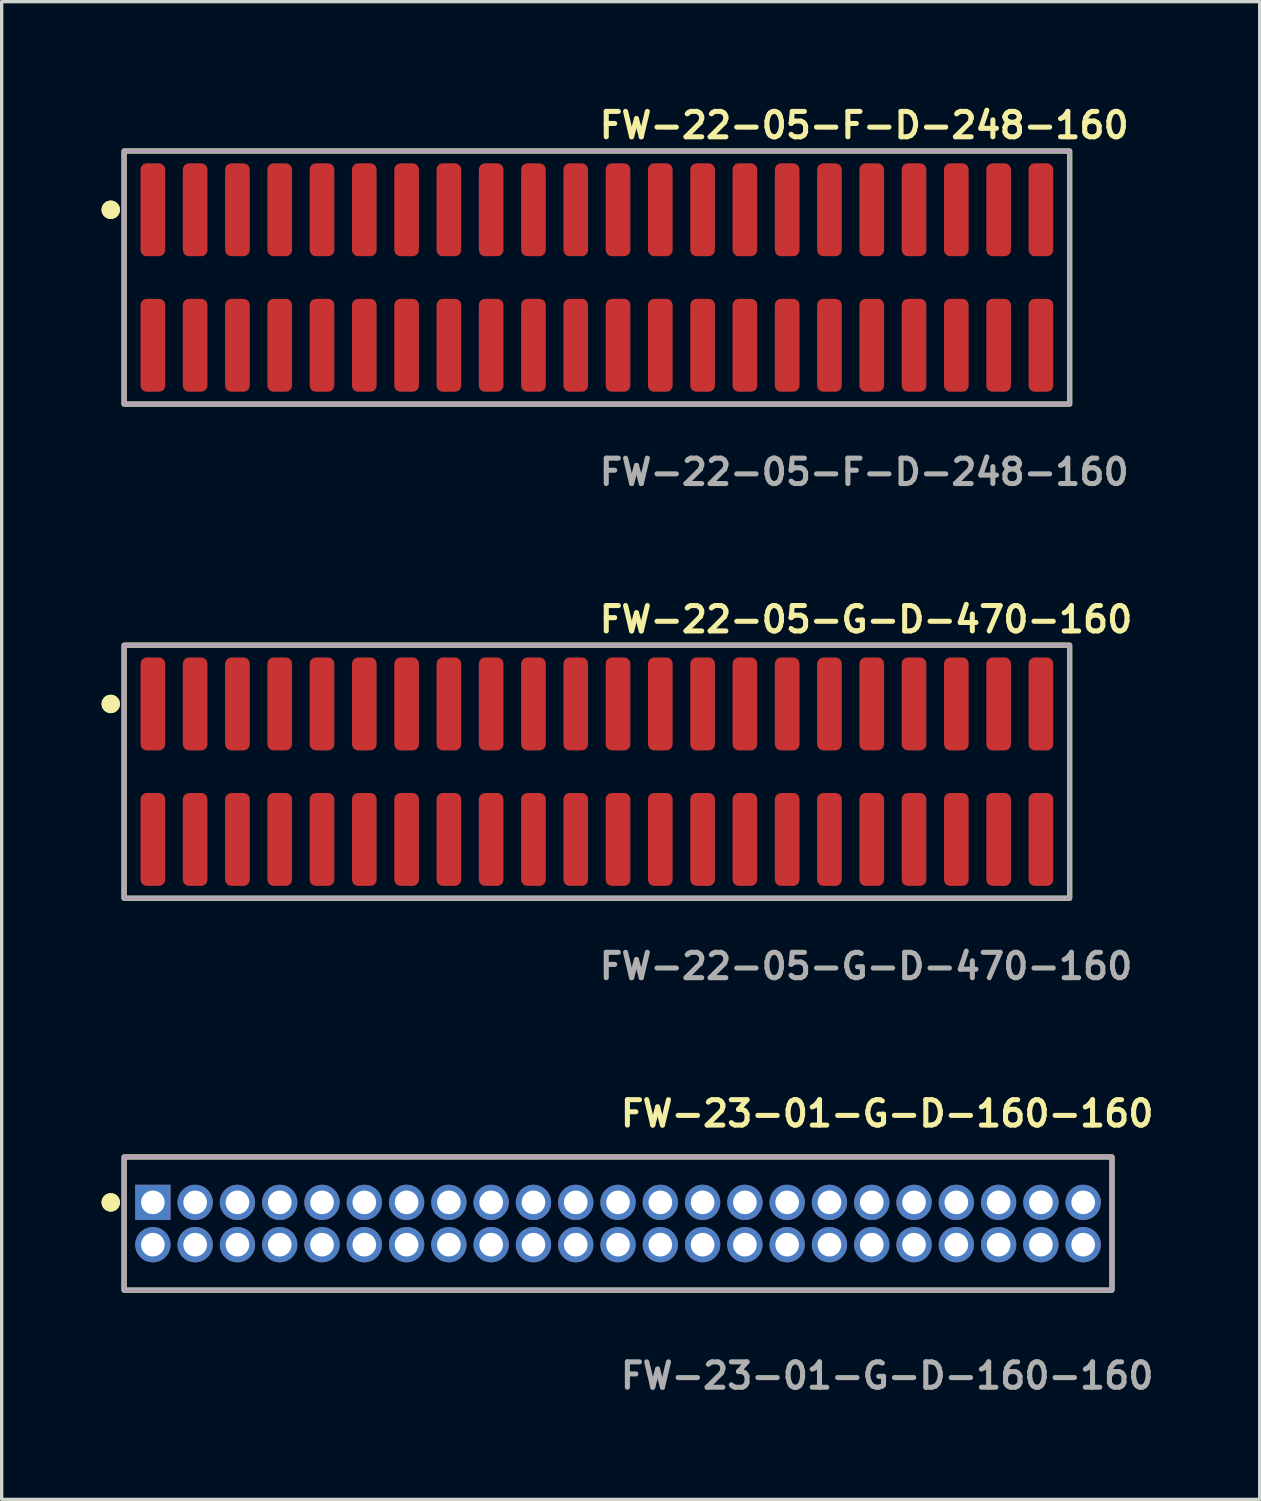
<source format=kicad_pcb>
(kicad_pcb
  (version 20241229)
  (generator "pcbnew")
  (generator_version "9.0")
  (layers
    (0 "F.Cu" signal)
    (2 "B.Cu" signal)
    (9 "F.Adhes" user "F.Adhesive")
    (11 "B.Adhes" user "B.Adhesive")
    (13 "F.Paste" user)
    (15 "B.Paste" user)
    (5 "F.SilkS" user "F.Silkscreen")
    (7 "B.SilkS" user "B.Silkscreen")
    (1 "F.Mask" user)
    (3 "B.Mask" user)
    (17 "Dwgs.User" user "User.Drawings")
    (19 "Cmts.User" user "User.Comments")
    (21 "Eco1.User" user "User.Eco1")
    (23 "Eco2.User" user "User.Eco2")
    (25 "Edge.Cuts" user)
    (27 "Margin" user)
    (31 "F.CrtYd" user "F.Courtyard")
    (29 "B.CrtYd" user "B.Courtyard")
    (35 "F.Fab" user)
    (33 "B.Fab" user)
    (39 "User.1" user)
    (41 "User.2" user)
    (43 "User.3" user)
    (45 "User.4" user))
  (footprint "FW-22-05-F-D-248-160"
    (layer "F.Cu")
    (at 14.876 5.285)
    (property "Reference" "FW-22-05-F-D-248-160" (at 0 -4.572 0) (unlocked yes) (layer "F.SilkS") (effects (font (size 0.762 0.762) (thickness 0.152)) (justify left)))
    (fp_rect (start -14.2 3.8) (end 14.2 -3.8) (stroke (width 0.152) (type solid)) (fill no) (layer "F.SilkS"))
    (fp_circle (center -14.6 -2.035) (end -14.8 -2.035) (stroke (width 0.152) (type solid)) (fill yes) (layer "F.SilkS"))
    (fp_circle (center -14.6 -2.035) (end -14.8 -2.035) (stroke (width 0.152) (type solid)) (fill yes) (layer "F.SilkS"))
    (fp_rect (start -14.2 3.8) (end 14.2 -3.8) (stroke (width 0.006) (type solid)) (fill no) (layer "F.CrtYd"))
    (fp_rect (start -14.2 3.8) (end 14.2 -3.8) (stroke (width 0.152) (type solid)) (fill no) (layer "F.Fab"))
    (fp_text user "${REFERENCE}" (at 0 5.842 0) (unlocked yes) (layer "F.Fab") (effects (font (size 0.762 0.762) (thickness 0.152)) (justify left)))
    (pad "1" smd roundrect (at -13.335 -2.035) (size 0.74 2.79) (layers "F.Cu" "F.Paste") (roundrect_rratio 0.25))
    (pad "2" smd roundrect (at -13.335 2.035) (size 0.74 2.79) (layers "F.Cu" "F.Paste") (roundrect_rratio 0.25))
    (pad "3" smd roundrect (at -12.065 -2.035) (size 0.74 2.79) (layers "F.Cu" "F.Paste") (roundrect_rratio 0.25))
    (pad "4" smd roundrect (at -12.065 2.035) (size 0.74 2.79) (layers "F.Cu" "F.Paste") (roundrect_rratio 0.25))
    (pad "5" smd roundrect (at -10.795 -2.035) (size 0.74 2.79) (layers "F.Cu" "F.Paste") (roundrect_rratio 0.25))
    (pad "6" smd roundrect (at -10.795 2.035) (size 0.74 2.79) (layers "F.Cu" "F.Paste") (roundrect_rratio 0.25))
    (pad "7" smd roundrect (at -9.525 -2.035) (size 0.74 2.79) (layers "F.Cu" "F.Paste") (roundrect_rratio 0.25))
    (pad "8" smd roundrect (at -9.525 2.035) (size 0.74 2.79) (layers "F.Cu" "F.Paste") (roundrect_rratio 0.25))
    (pad "9" smd roundrect (at -8.255 -2.035) (size 0.74 2.79) (layers "F.Cu" "F.Paste") (roundrect_rratio 0.25))
    (pad "10" smd roundrect (at -8.255 2.035) (size 0.74 2.79) (layers "F.Cu" "F.Paste") (roundrect_rratio 0.25))
    (pad "11" smd roundrect (at -6.985 -2.035) (size 0.74 2.79) (layers "F.Cu" "F.Paste") (roundrect_rratio 0.25))
    (pad "12" smd roundrect (at -6.985 2.035) (size 0.74 2.79) (layers "F.Cu" "F.Paste") (roundrect_rratio 0.25))
    (pad "13" smd roundrect (at -5.715 -2.035) (size 0.74 2.79) (layers "F.Cu" "F.Paste") (roundrect_rratio 0.25))
    (pad "14" smd roundrect (at -5.715 2.035) (size 0.74 2.79) (layers "F.Cu" "F.Paste") (roundrect_rratio 0.25))
    (pad "15" smd roundrect (at -4.445 -2.035) (size 0.74 2.79) (layers "F.Cu" "F.Paste") (roundrect_rratio 0.25))
    (pad "16" smd roundrect (at -4.445 2.035) (size 0.74 2.79) (layers "F.Cu" "F.Paste") (roundrect_rratio 0.25))
    (pad "17" smd roundrect (at -3.175 -2.035) (size 0.74 2.79) (layers "F.Cu" "F.Paste") (roundrect_rratio 0.25))
    (pad "18" smd roundrect (at -3.175 2.035) (size 0.74 2.79) (layers "F.Cu" "F.Paste") (roundrect_rratio 0.25))
    (pad "19" smd roundrect (at -1.905 -2.035) (size 0.74 2.79) (layers "F.Cu" "F.Paste") (roundrect_rratio 0.25))
    (pad "20" smd roundrect (at -1.905 2.035) (size 0.74 2.79) (layers "F.Cu" "F.Paste") (roundrect_rratio 0.25))
    (pad "21" smd roundrect (at -0.635 -2.035) (size 0.74 2.79) (layers "F.Cu" "F.Paste") (roundrect_rratio 0.25))
    (pad "22" smd roundrect (at -0.635 2.035) (size 0.74 2.79) (layers "F.Cu" "F.Paste") (roundrect_rratio 0.25))
    (pad "23" smd roundrect (at 0.635 -2.035) (size 0.74 2.79) (layers "F.Cu" "F.Paste") (roundrect_rratio 0.25))
    (pad "24" smd roundrect (at 0.635 2.035) (size 0.74 2.79) (layers "F.Cu" "F.Paste") (roundrect_rratio 0.25))
    (pad "25" smd roundrect (at 1.905 -2.035) (size 0.74 2.79) (layers "F.Cu" "F.Paste") (roundrect_rratio 0.25))
    (pad "26" smd roundrect (at 1.905 2.035) (size 0.74 2.79) (layers "F.Cu" "F.Paste") (roundrect_rratio 0.25))
    (pad "27" smd roundrect (at 3.175 -2.035) (size 0.74 2.79) (layers "F.Cu" "F.Paste") (roundrect_rratio 0.25))
    (pad "28" smd roundrect (at 3.175 2.035) (size 0.74 2.79) (layers "F.Cu" "F.Paste") (roundrect_rratio 0.25))
    (pad "29" smd roundrect (at 4.445 -2.035) (size 0.74 2.79) (layers "F.Cu" "F.Paste") (roundrect_rratio 0.25))
    (pad "30" smd roundrect (at 4.445 2.035) (size 0.74 2.79) (layers "F.Cu" "F.Paste") (roundrect_rratio 0.25))
    (pad "31" smd roundrect (at 5.715 -2.035) (size 0.74 2.79) (layers "F.Cu" "F.Paste") (roundrect_rratio 0.25))
    (pad "32" smd roundrect (at 5.715 2.035) (size 0.74 2.79) (layers "F.Cu" "F.Paste") (roundrect_rratio 0.25))
    (pad "33" smd roundrect (at 6.985 -2.035) (size 0.74 2.79) (layers "F.Cu" "F.Paste") (roundrect_rratio 0.25))
    (pad "34" smd roundrect (at 6.985 2.035) (size 0.74 2.79) (layers "F.Cu" "F.Paste") (roundrect_rratio 0.25))
    (pad "35" smd roundrect (at 8.255 -2.035) (size 0.74 2.79) (layers "F.Cu" "F.Paste") (roundrect_rratio 0.25))
    (pad "36" smd roundrect (at 8.255 2.035) (size 0.74 2.79) (layers "F.Cu" "F.Paste") (roundrect_rratio 0.25))
    (pad "37" smd roundrect (at 9.525 -2.035) (size 0.74 2.79) (layers "F.Cu" "F.Paste") (roundrect_rratio 0.25))
    (pad "38" smd roundrect (at 9.525 2.035) (size 0.74 2.79) (layers "F.Cu" "F.Paste") (roundrect_rratio 0.25))
    (pad "39" smd roundrect (at 10.795 -2.035) (size 0.74 2.79) (layers "F.Cu" "F.Paste") (roundrect_rratio 0.25))
    (pad "40" smd roundrect (at 10.795 2.035) (size 0.74 2.79) (layers "F.Cu" "F.Paste") (roundrect_rratio 0.25))
    (pad "41" smd roundrect (at 12.065 -2.035) (size 0.74 2.79) (layers "F.Cu" "F.Paste") (roundrect_rratio 0.25))
    (pad "42" smd roundrect (at 12.065 2.035) (size 0.74 2.79) (layers "F.Cu" "F.Paste") (roundrect_rratio 0.25))
    (pad "43" smd roundrect (at 13.335 -2.035) (size 0.74 2.79) (layers "F.Cu" "F.Paste") (roundrect_rratio 0.25))
    (pad "44" smd roundrect (at 13.335 2.035) (size 0.74 2.79) (layers "F.Cu" "F.Paste") (roundrect_rratio 0.25)))
  (footprint "FW-22-05-G-D-470-160"
    (layer "F.Cu")
    (at 14.876 20.126)
    (property "Reference" "FW-22-05-G-D-470-160" (at 0 -4.572 0) (unlocked yes) (layer "F.SilkS") (effects (font (size 0.762 0.762) (thickness 0.152)) (justify left)))
    (fp_rect (start -14.2 3.8) (end 14.2 -3.8) (stroke (width 0.152) (type solid)) (fill no) (layer "F.SilkS"))
    (fp_circle (center -14.6 -2.035) (end -14.8 -2.035) (stroke (width 0.152) (type solid)) (fill yes) (layer "F.SilkS"))
    (fp_circle (center -14.6 -2.035) (end -14.8 -2.035) (stroke (width 0.152) (type solid)) (fill yes) (layer "F.SilkS"))
    (fp_rect (start -14.2 3.8) (end 14.2 -3.8) (stroke (width 0.006) (type solid)) (fill no) (layer "F.CrtYd"))
    (fp_rect (start -14.2 3.8) (end 14.2 -3.8) (stroke (width 0.152) (type solid)) (fill no) (layer "F.Fab"))
    (fp_text user "${REFERENCE}" (at 0 5.842 0) (unlocked yes) (layer "F.Fab") (effects (font (size 0.762 0.762) (thickness 0.152)) (justify left)))
    (pad "1" smd roundrect (at -13.335 -2.035) (size 0.74 2.79) (layers "F.Cu" "F.Paste") (roundrect_rratio 0.25))
    (pad "2" smd roundrect (at -13.335 2.035) (size 0.74 2.79) (layers "F.Cu" "F.Paste") (roundrect_rratio 0.25))
    (pad "3" smd roundrect (at -12.065 -2.035) (size 0.74 2.79) (layers "F.Cu" "F.Paste") (roundrect_rratio 0.25))
    (pad "4" smd roundrect (at -12.065 2.035) (size 0.74 2.79) (layers "F.Cu" "F.Paste") (roundrect_rratio 0.25))
    (pad "5" smd roundrect (at -10.795 -2.035) (size 0.74 2.79) (layers "F.Cu" "F.Paste") (roundrect_rratio 0.25))
    (pad "6" smd roundrect (at -10.795 2.035) (size 0.74 2.79) (layers "F.Cu" "F.Paste") (roundrect_rratio 0.25))
    (pad "7" smd roundrect (at -9.525 -2.035) (size 0.74 2.79) (layers "F.Cu" "F.Paste") (roundrect_rratio 0.25))
    (pad "8" smd roundrect (at -9.525 2.035) (size 0.74 2.79) (layers "F.Cu" "F.Paste") (roundrect_rratio 0.25))
    (pad "9" smd roundrect (at -8.255 -2.035) (size 0.74 2.79) (layers "F.Cu" "F.Paste") (roundrect_rratio 0.25))
    (pad "10" smd roundrect (at -8.255 2.035) (size 0.74 2.79) (layers "F.Cu" "F.Paste") (roundrect_rratio 0.25))
    (pad "11" smd roundrect (at -6.985 -2.035) (size 0.74 2.79) (layers "F.Cu" "F.Paste") (roundrect_rratio 0.25))
    (pad "12" smd roundrect (at -6.985 2.035) (size 0.74 2.79) (layers "F.Cu" "F.Paste") (roundrect_rratio 0.25))
    (pad "13" smd roundrect (at -5.715 -2.035) (size 0.74 2.79) (layers "F.Cu" "F.Paste") (roundrect_rratio 0.25))
    (pad "14" smd roundrect (at -5.715 2.035) (size 0.74 2.79) (layers "F.Cu" "F.Paste") (roundrect_rratio 0.25))
    (pad "15" smd roundrect (at -4.445 -2.035) (size 0.74 2.79) (layers "F.Cu" "F.Paste") (roundrect_rratio 0.25))
    (pad "16" smd roundrect (at -4.445 2.035) (size 0.74 2.79) (layers "F.Cu" "F.Paste") (roundrect_rratio 0.25))
    (pad "17" smd roundrect (at -3.175 -2.035) (size 0.74 2.79) (layers "F.Cu" "F.Paste") (roundrect_rratio 0.25))
    (pad "18" smd roundrect (at -3.175 2.035) (size 0.74 2.79) (layers "F.Cu" "F.Paste") (roundrect_rratio 0.25))
    (pad "19" smd roundrect (at -1.905 -2.035) (size 0.74 2.79) (layers "F.Cu" "F.Paste") (roundrect_rratio 0.25))
    (pad "20" smd roundrect (at -1.905 2.035) (size 0.74 2.79) (layers "F.Cu" "F.Paste") (roundrect_rratio 0.25))
    (pad "21" smd roundrect (at -0.635 -2.035) (size 0.74 2.79) (layers "F.Cu" "F.Paste") (roundrect_rratio 0.25))
    (pad "22" smd roundrect (at -0.635 2.035) (size 0.74 2.79) (layers "F.Cu" "F.Paste") (roundrect_rratio 0.25))
    (pad "23" smd roundrect (at 0.635 -2.035) (size 0.74 2.79) (layers "F.Cu" "F.Paste") (roundrect_rratio 0.25))
    (pad "24" smd roundrect (at 0.635 2.035) (size 0.74 2.79) (layers "F.Cu" "F.Paste") (roundrect_rratio 0.25))
    (pad "25" smd roundrect (at 1.905 -2.035) (size 0.74 2.79) (layers "F.Cu" "F.Paste") (roundrect_rratio 0.25))
    (pad "26" smd roundrect (at 1.905 2.035) (size 0.74 2.79) (layers "F.Cu" "F.Paste") (roundrect_rratio 0.25))
    (pad "27" smd roundrect (at 3.175 -2.035) (size 0.74 2.79) (layers "F.Cu" "F.Paste") (roundrect_rratio 0.25))
    (pad "28" smd roundrect (at 3.175 2.035) (size 0.74 2.79) (layers "F.Cu" "F.Paste") (roundrect_rratio 0.25))
    (pad "29" smd roundrect (at 4.445 -2.035) (size 0.74 2.79) (layers "F.Cu" "F.Paste") (roundrect_rratio 0.25))
    (pad "30" smd roundrect (at 4.445 2.035) (size 0.74 2.79) (layers "F.Cu" "F.Paste") (roundrect_rratio 0.25))
    (pad "31" smd roundrect (at 5.715 -2.035) (size 0.74 2.79) (layers "F.Cu" "F.Paste") (roundrect_rratio 0.25))
    (pad "32" smd roundrect (at 5.715 2.035) (size 0.74 2.79) (layers "F.Cu" "F.Paste") (roundrect_rratio 0.25))
    (pad "33" smd roundrect (at 6.985 -2.035) (size 0.74 2.79) (layers "F.Cu" "F.Paste") (roundrect_rratio 0.25))
    (pad "34" smd roundrect (at 6.985 2.035) (size 0.74 2.79) (layers "F.Cu" "F.Paste") (roundrect_rratio 0.25))
    (pad "35" smd roundrect (at 8.255 -2.035) (size 0.74 2.79) (layers "F.Cu" "F.Paste") (roundrect_rratio 0.25))
    (pad "36" smd roundrect (at 8.255 2.035) (size 0.74 2.79) (layers "F.Cu" "F.Paste") (roundrect_rratio 0.25))
    (pad "37" smd roundrect (at 9.525 -2.035) (size 0.74 2.79) (layers "F.Cu" "F.Paste") (roundrect_rratio 0.25))
    (pad "38" smd roundrect (at 9.525 2.035) (size 0.74 2.79) (layers "F.Cu" "F.Paste") (roundrect_rratio 0.25))
    (pad "39" smd roundrect (at 10.795 -2.035) (size 0.74 2.79) (layers "F.Cu" "F.Paste") (roundrect_rratio 0.25))
    (pad "40" smd roundrect (at 10.795 2.035) (size 0.74 2.79) (layers "F.Cu" "F.Paste") (roundrect_rratio 0.25))
    (pad "41" smd roundrect (at 12.065 -2.035) (size 0.74 2.79) (layers "F.Cu" "F.Paste") (roundrect_rratio 0.25))
    (pad "42" smd roundrect (at 12.065 2.035) (size 0.74 2.79) (layers "F.Cu" "F.Paste") (roundrect_rratio 0.25))
    (pad "43" smd roundrect (at 13.335 -2.035) (size 0.74 2.79) (layers "F.Cu" "F.Paste") (roundrect_rratio 0.25))
    (pad "44" smd roundrect (at 13.335 2.035) (size 0.74 2.79) (layers "F.Cu" "F.Paste") (roundrect_rratio 0.25)))
  (footprint "FW-23-01-G-D-160-160"
    (layer "F.Cu")
    (at 15.511 33.696)
    (property "Reference" "FW-23-01-G-D-160-160" (at 0 -3.302 0) (unlocked yes) (layer "F.SilkS") (effects (font (size 0.762 0.762) (thickness 0.152)) (justify left)))
    (fp_rect (start -14.835 2) (end 14.835 -2) (stroke (width 0.152) (type solid)) (fill no) (layer "F.SilkS"))
    (fp_circle (center -15.235 -0.635) (end -15.435 -0.635) (stroke (width 0.152) (type solid)) (fill yes) (layer "F.SilkS"))
    (fp_circle (center -15.235 -0.635) (end -15.435 -0.635) (stroke (width 0.152) (type solid)) (fill yes) (layer "F.SilkS"))
    (fp_rect (start -14.835 2) (end 14.835 -2) (stroke (width 0.006) (type solid)) (fill no) (layer "F.CrtYd"))
    (fp_rect (start -14.835 2) (end 14.835 -2) (stroke (width 0.152) (type solid)) (fill no) (layer "F.Fab"))
    (fp_text user "${REFERENCE}" (at 0 4.572 0) (unlocked yes) (layer "F.Fab") (effects (font (size 0.762 0.762) (thickness 0.152)) (justify left)))
    (pad "1" thru_hole rect (at -13.97 -0.635) (size 1.06 1.06) (drill 0.71) (layers "*.Cu" "*.Mask"))
    (pad "2" thru_hole circle (at -13.97 0.635) (size 1.06 1.06) (drill 0.71) (layers "*.Cu" "*.Mask"))
    (pad "3" thru_hole circle (at -12.7 -0.635) (size 1.06 1.06) (drill 0.71) (layers "*.Cu" "*.Mask"))
    (pad "4" thru_hole circle (at -12.7 0.635) (size 1.06 1.06) (drill 0.71) (layers "*.Cu" "*.Mask"))
    (pad "5" thru_hole circle (at -11.43 -0.635) (size 1.06 1.06) (drill 0.71) (layers "*.Cu" "*.Mask"))
    (pad "6" thru_hole circle (at -11.43 0.635) (size 1.06 1.06) (drill 0.71) (layers "*.Cu" "*.Mask"))
    (pad "7" thru_hole circle (at -10.16 -0.635) (size 1.06 1.06) (drill 0.71) (layers "*.Cu" "*.Mask"))
    (pad "8" thru_hole circle (at -10.16 0.635) (size 1.06 1.06) (drill 0.71) (layers "*.Cu" "*.Mask"))
    (pad "9" thru_hole circle (at -8.89 -0.635) (size 1.06 1.06) (drill 0.71) (layers "*.Cu" "*.Mask"))
    (pad "10" thru_hole circle (at -8.89 0.635) (size 1.06 1.06) (drill 0.71) (layers "*.Cu" "*.Mask"))
    (pad "11" thru_hole circle (at -7.62 -0.635) (size 1.06 1.06) (drill 0.71) (layers "*.Cu" "*.Mask"))
    (pad "12" thru_hole circle (at -7.62 0.635) (size 1.06 1.06) (drill 0.71) (layers "*.Cu" "*.Mask"))
    (pad "13" thru_hole circle (at -6.35 -0.635) (size 1.06 1.06) (drill 0.71) (layers "*.Cu" "*.Mask"))
    (pad "14" thru_hole circle (at -6.35 0.635) (size 1.06 1.06) (drill 0.71) (layers "*.Cu" "*.Mask"))
    (pad "15" thru_hole circle (at -5.08 -0.635) (size 1.06 1.06) (drill 0.71) (layers "*.Cu" "*.Mask"))
    (pad "16" thru_hole circle (at -5.08 0.635) (size 1.06 1.06) (drill 0.71) (layers "*.Cu" "*.Mask"))
    (pad "17" thru_hole circle (at -3.81 -0.635) (size 1.06 1.06) (drill 0.71) (layers "*.Cu" "*.Mask"))
    (pad "18" thru_hole circle (at -3.81 0.635) (size 1.06 1.06) (drill 0.71) (layers "*.Cu" "*.Mask"))
    (pad "19" thru_hole circle (at -2.54 -0.635) (size 1.06 1.06) (drill 0.71) (layers "*.Cu" "*.Mask"))
    (pad "20" thru_hole circle (at -2.54 0.635) (size 1.06 1.06) (drill 0.71) (layers "*.Cu" "*.Mask"))
    (pad "21" thru_hole circle (at -1.27 -0.635) (size 1.06 1.06) (drill 0.71) (layers "*.Cu" "*.Mask"))
    (pad "22" thru_hole circle (at -1.27 0.635) (size 1.06 1.06) (drill 0.71) (layers "*.Cu" "*.Mask"))
    (pad "23" thru_hole circle (at 0 -0.635) (size 1.06 1.06) (drill 0.71) (layers "*.Cu" "*.Mask"))
    (pad "24" thru_hole circle (at 0 0.635) (size 1.06 1.06) (drill 0.71) (layers "*.Cu" "*.Mask"))
    (pad "25" thru_hole circle (at 1.27 -0.635) (size 1.06 1.06) (drill 0.71) (layers "*.Cu" "*.Mask"))
    (pad "26" thru_hole circle (at 1.27 0.635) (size 1.06 1.06) (drill 0.71) (layers "*.Cu" "*.Mask"))
    (pad "27" thru_hole circle (at 2.54 -0.635) (size 1.06 1.06) (drill 0.71) (layers "*.Cu" "*.Mask"))
    (pad "28" thru_hole circle (at 2.54 0.635) (size 1.06 1.06) (drill 0.71) (layers "*.Cu" "*.Mask"))
    (pad "29" thru_hole circle (at 3.81 -0.635) (size 1.06 1.06) (drill 0.71) (layers "*.Cu" "*.Mask"))
    (pad "30" thru_hole circle (at 3.81 0.635) (size 1.06 1.06) (drill 0.71) (layers "*.Cu" "*.Mask"))
    (pad "31" thru_hole circle (at 5.08 -0.635) (size 1.06 1.06) (drill 0.71) (layers "*.Cu" "*.Mask"))
    (pad "32" thru_hole circle (at 5.08 0.635) (size 1.06 1.06) (drill 0.71) (layers "*.Cu" "*.Mask"))
    (pad "33" thru_hole circle (at 6.35 -0.635) (size 1.06 1.06) (drill 0.71) (layers "*.Cu" "*.Mask"))
    (pad "34" thru_hole circle (at 6.35 0.635) (size 1.06 1.06) (drill 0.71) (layers "*.Cu" "*.Mask"))
    (pad "35" thru_hole circle (at 7.62 -0.635) (size 1.06 1.06) (drill 0.71) (layers "*.Cu" "*.Mask"))
    (pad "36" thru_hole circle (at 7.62 0.635) (size 1.06 1.06) (drill 0.71) (layers "*.Cu" "*.Mask"))
    (pad "37" thru_hole circle (at 8.89 -0.635) (size 1.06 1.06) (drill 0.71) (layers "*.Cu" "*.Mask"))
    (pad "38" thru_hole circle (at 8.89 0.635) (size 1.06 1.06) (drill 0.71) (layers "*.Cu" "*.Mask"))
    (pad "39" thru_hole circle (at 10.16 -0.635) (size 1.06 1.06) (drill 0.71) (layers "*.Cu" "*.Mask"))
    (pad "40" thru_hole circle (at 10.16 0.635) (size 1.06 1.06) (drill 0.71) (layers "*.Cu" "*.Mask"))
    (pad "41" thru_hole circle (at 11.43 -0.635) (size 1.06 1.06) (drill 0.71) (layers "*.Cu" "*.Mask"))
    (pad "42" thru_hole circle (at 11.43 0.635) (size 1.06 1.06) (drill 0.71) (layers "*.Cu" "*.Mask"))
    (pad "43" thru_hole circle (at 12.7 -0.635) (size 1.06 1.06) (drill 0.71) (layers "*.Cu" "*.Mask"))
    (pad "44" thru_hole circle (at 12.7 0.635) (size 1.06 1.06) (drill 0.71) (layers "*.Cu" "*.Mask"))
    (pad "45" thru_hole circle (at 13.97 -0.635) (size 1.06 1.06) (drill 0.71) (layers "*.Cu" "*.Mask"))
    (pad "46" thru_hole circle (at 13.97 0.635) (size 1.06 1.06) (drill 0.71) (layers "*.Cu" "*.Mask")))
  (gr_rect
    (start -3 -3)
    (end 34.782 41.981)
    (stroke (width 0.1) (type default))
    (fill no)
    (layer "Edge.Cuts")))
</source>
